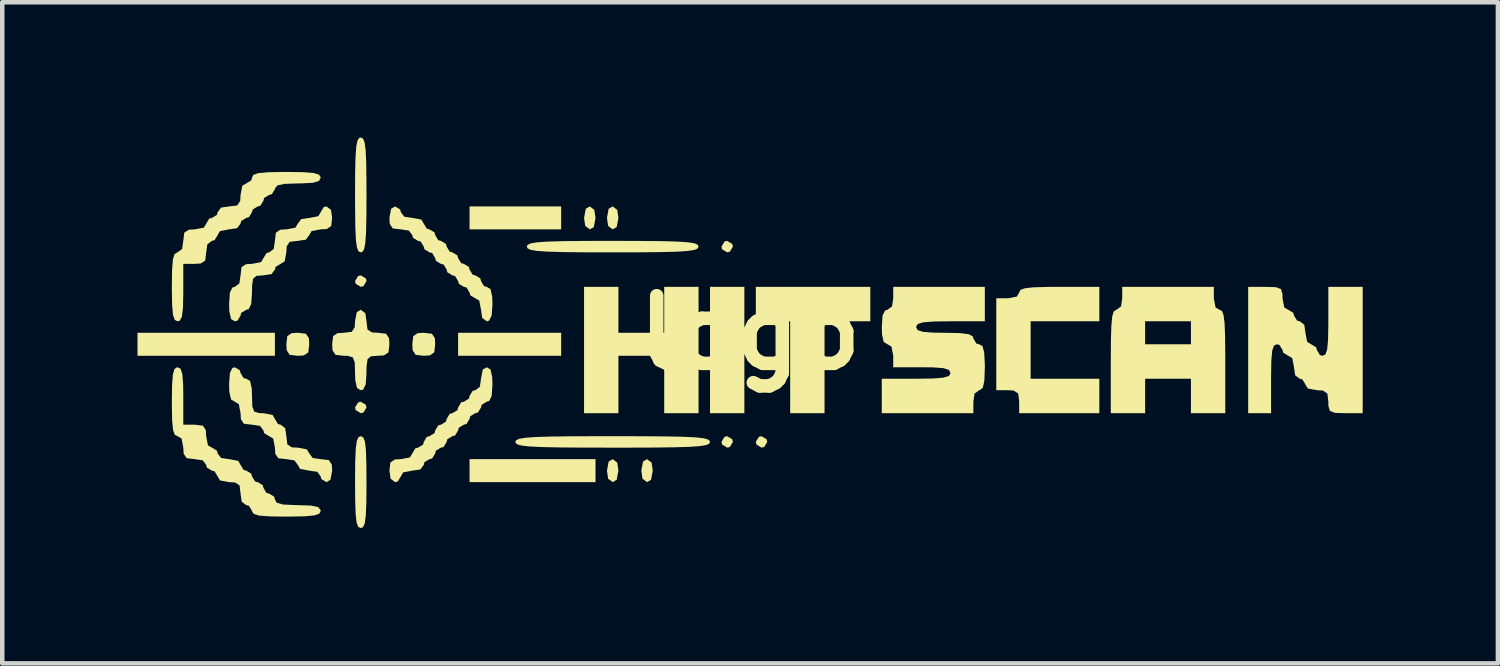
<source format=kicad_pcb>
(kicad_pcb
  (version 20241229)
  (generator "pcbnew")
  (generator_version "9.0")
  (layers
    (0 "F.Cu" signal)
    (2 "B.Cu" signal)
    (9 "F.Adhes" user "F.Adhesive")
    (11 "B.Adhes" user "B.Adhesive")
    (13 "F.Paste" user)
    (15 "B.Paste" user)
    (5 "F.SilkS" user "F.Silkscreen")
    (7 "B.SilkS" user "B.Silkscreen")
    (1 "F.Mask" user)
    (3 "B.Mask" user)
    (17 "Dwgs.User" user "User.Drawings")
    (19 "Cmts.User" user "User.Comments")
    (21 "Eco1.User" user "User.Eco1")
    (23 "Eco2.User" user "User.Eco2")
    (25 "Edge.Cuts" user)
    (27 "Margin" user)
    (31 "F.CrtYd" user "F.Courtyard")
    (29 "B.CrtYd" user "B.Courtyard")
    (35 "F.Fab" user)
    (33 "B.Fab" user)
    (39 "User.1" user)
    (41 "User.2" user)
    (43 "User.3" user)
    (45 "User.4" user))
  (footprint "logo"
    (layer "F.Cu")
    (at 13.589 4.332)
    (property "Reference" "logo" (at 0 0 0) (layer "F.SilkS") (effects (font (size 1.5 1.5) (thickness 0.3))))
    (attr board_only exclude_from_pos_files exclude_from_bom)
    (fp_poly (pts (xy -10.541 0.255) (xy -10.541 0.51) (xy -12.065 0.51) (xy -13.589 0.51) (xy -13.589 0.255) (xy -13.589 0) (xy -12.065 0) (xy -10.541 0)) (stroke (width 0) (type solid)) (fill yes) (layer "F.SilkS"))
    (fp_poly (pts (xy -8.524 -1.206) (xy -8.509 -1.147) (xy -8.577 -1.034) (xy -8.636 -1.019) (xy -8.748 -1.087) (xy -8.763 -1.147) (xy -8.695 -1.259) (xy -8.636 -1.274)) (stroke (width 0) (type solid)) (fill yes) (layer "F.SilkS"))
    (fp_poly (pts (xy -8.524 1.597) (xy -8.509 1.657) (xy -8.577 1.769) (xy -8.636 1.784) (xy -8.748 1.716) (xy -8.763 1.657) (xy -8.695 1.544) (xy -8.636 1.529)) (stroke (width 0) (type solid)) (fill yes) (layer "F.SilkS"))
    (fp_poly (pts (xy -4.191 -2.548) (xy -4.191 -2.294) (xy -5.207 -2.294) (xy -6.223 -2.294) (xy -6.223 -2.548) (xy -6.223 -2.803) (xy -5.207 -2.803) (xy -4.191 -2.803)) (stroke (width 0) (type solid)) (fill yes) (layer "F.SilkS"))
    (fp_poly (pts (xy -4.191 0.255) (xy -4.191 0.51) (xy -5.334 0.51) (xy -6.477 0.51) (xy -6.477 0.255) (xy -6.477 0) (xy -5.334 0) (xy -4.191 0)) (stroke (width 0) (type solid)) (fill yes) (layer "F.SilkS"))
    (fp_poly (pts (xy -3.455 -2.727) (xy -3.429 -2.548) (xy -3.467 -2.346) (xy -3.556 -2.294) (xy -3.657 -2.37) (xy -3.683 -2.548) (xy -3.645 -2.751) (xy -3.556 -2.803)) (stroke (width 0) (type solid)) (fill yes) (layer "F.SilkS"))
    (fp_poly (pts (xy -3.429 3.058) (xy -3.429 3.313) (xy -4.826 3.313) (xy -6.223 3.313) (xy -6.223 3.058) (xy -6.223 2.803) (xy -4.826 2.803) (xy -3.429 2.803)) (stroke (width 0) (type solid)) (fill yes) (layer "F.SilkS"))
    (fp_poly (pts (xy -2.947 -2.727) (xy -2.921 -2.548) (xy -2.959 -2.346) (xy -3.048 -2.294) (xy -3.149 -2.37) (xy -3.175 -2.548) (xy -3.137 -2.751) (xy -3.048 -2.803)) (stroke (width 0) (type solid)) (fill yes) (layer "F.SilkS"))
    (fp_poly (pts (xy -2.947 2.879) (xy -2.921 3.058) (xy -2.959 3.261) (xy -3.048 3.313) (xy -3.149 3.237) (xy -3.175 3.058) (xy -3.137 2.856) (xy -3.048 2.803)) (stroke (width 0) (type solid)) (fill yes) (layer "F.SilkS"))
    (fp_poly (pts (xy -2.185 2.879) (xy -2.159 3.058) (xy -2.197 3.261) (xy -2.286 3.313) (xy -2.387 3.237) (xy -2.413 3.058) (xy -2.375 2.856) (xy -2.286 2.803)) (stroke (width 0) (type solid)) (fill yes) (layer "F.SilkS"))
    (fp_poly (pts (xy -0.396 -1.971) (xy -0.381 -1.911) (xy -0.449 -1.799) (xy -0.508 -1.784) (xy -0.62 -1.852) (xy -0.635 -1.911) (xy -0.567 -2.024) (xy -0.508 -2.039)) (stroke (width 0) (type solid)) (fill yes) (layer "F.SilkS"))
    (fp_poly (pts (xy -0.396 2.362) (xy -0.381 2.421) (xy -0.449 2.534) (xy -0.508 2.548) (xy -0.62 2.48) (xy -0.635 2.421) (xy -0.567 2.308) (xy -0.508 2.294)) (stroke (width 0) (type solid)) (fill yes) (layer "F.SilkS"))
    (fp_poly (pts (xy -0.127 0.382) (xy -0.127 1.784) (xy -0.508 1.784) (xy -0.889 1.784) (xy -0.889 0.382) (xy -0.889 -1.019) (xy -0.508 -1.019) (xy -0.127 -1.019)) (stroke (width 0) (type solid)) (fill yes) (layer "F.SilkS"))
    (fp_poly (pts (xy 0.366 2.362) (xy 0.381 2.421) (xy 0.313 2.534) (xy 0.254 2.548) (xy 0.142 2.48) (xy 0.127 2.421) (xy 0.195 2.308) (xy 0.254 2.294)) (stroke (width 0) (type solid)) (fill yes) (layer "F.SilkS"))
    (fp_poly (pts (xy -9.853 0.021) (xy -9.787 0.12) (xy -9.779 0.255) (xy -9.8 0.435) (xy -9.899 0.502) (xy -10.033 0.51) (xy -10.213 0.489) (xy -10.279 0.389) (xy -10.287 0.255) (xy -10.266 0.074) (xy -10.167 0.008) (xy -10.033 0)) (stroke (width 0) (type solid)) (fill yes) (layer "F.SilkS"))
    (fp_poly (pts (xy -7.059 0.021) (xy -6.993 0.12) (xy -6.985 0.255) (xy -7.006 0.435) (xy -7.105 0.502) (xy -7.239 0.51) (xy -7.419 0.489) (xy -7.485 0.389) (xy -7.493 0.255) (xy -7.472 0.074) (xy -7.373 0.008) (xy -7.239 0)) (stroke (width 0) (type solid)) (fill yes) (layer "F.SilkS"))
    (fp_poly (pts (xy 2.667 -0.637) (xy 2.667 -0.255) (xy 2.159 -0.255) (xy 1.651 -0.255) (xy 1.651 0.765) (xy 1.651 1.784) (xy 1.27 1.784) (xy 0.889 1.784) (xy 0.889 0.765) (xy 0.889 -0.255) (xy 0.508 -0.255) (xy 0.127 -0.255) (xy 0.127 -0.637) (xy 0.127 -1.019) (xy 1.397 -1.019) (xy 2.667 -1.019)) (stroke (width 0) (type solid)) (fill yes) (layer "F.SilkS"))
    (fp_poly (pts (xy -8.581 2.319) (xy -8.544 2.413) (xy -8.522 2.602) (xy -8.512 2.911) (xy -8.509 3.313) (xy -8.512 3.753) (xy -8.524 4.048) (xy -8.547 4.226) (xy -8.586 4.312) (xy -8.636 4.332) (xy -8.691 4.307) (xy -8.728 4.213) (xy -8.75 4.024) (xy -8.76 3.716) (xy -8.763 3.313) (xy -8.76 2.874) (xy -8.748 2.578) (xy -8.725 2.4) (xy -8.686 2.314) (xy -8.636 2.294)) (stroke (width 0) (type solid)) (fill yes) (layer "F.SilkS"))
    (fp_poly (pts (xy -8.586 -4.309) (xy -8.551 -4.224) (xy -8.528 -4.054) (xy -8.515 -3.774) (xy -8.51 -3.361) (xy -8.509 -3.058) (xy -8.511 -2.559) (xy -8.52 -2.207) (xy -8.537 -1.977) (xy -8.565 -1.846) (xy -8.606 -1.791) (xy -8.636 -1.784) (xy -8.686 -1.807) (xy -8.721 -1.892) (xy -8.744 -2.063) (xy -8.757 -2.343) (xy -8.762 -2.755) (xy -8.763 -3.058) (xy -8.761 -3.557) (xy -8.752 -3.909) (xy -8.735 -4.139) (xy -8.707 -4.27) (xy -8.666 -4.326) (xy -8.636 -4.332)) (stroke (width 0) (type solid)) (fill yes) (layer "F.SilkS"))
    (fp_poly (pts (xy -2.921 -0.51) (xy -2.921 0) (xy -2.413 0) (xy -1.905 0) (xy -1.905 -0.51) (xy -1.905 -1.019) (xy -1.524 -1.019) (xy -1.143 -1.019) (xy -1.143 0.382) (xy -1.143 1.784) (xy -1.524 1.784) (xy -1.905 1.784) (xy -1.905 1.147) (xy -1.905 0.51) (xy -2.413 0.51) (xy -2.921 0.51) (xy -2.921 1.147) (xy -2.921 1.784) (xy -3.302 1.784) (xy -3.683 1.784) (xy -3.683 0.382) (xy -3.683 -1.019) (xy -3.302 -1.019) (xy -2.921 -1.019)) (stroke (width 0) (type solid)) (fill yes) (layer "F.SilkS"))
    (fp_poly (pts (xy -2.424 -2.037) (xy -1.95 -2.033) (xy -1.607 -2.023) (xy -1.374 -2.007) (xy -1.232 -1.984) (xy -1.161 -1.952) (xy -1.143 -1.911) (xy -1.163 -1.87) (xy -1.235 -1.838) (xy -1.38 -1.815) (xy -1.617 -1.799) (xy -1.965 -1.79) (xy -2.444 -1.785) (xy -3.048 -1.784) (xy -3.672 -1.785) (xy -4.146 -1.79) (xy -4.489 -1.8) (xy -4.722 -1.816) (xy -4.864 -1.839) (xy -4.935 -1.871) (xy -4.953 -1.911) (xy -4.933 -1.953) (xy -4.861 -1.985) (xy -4.716 -2.008) (xy -4.479 -2.023) (xy -4.131 -2.033) (xy -3.652 -2.038) (xy -3.048 -2.039)) (stroke (width 0) (type solid)) (fill yes) (layer "F.SilkS"))
    (fp_poly (pts (xy 7.747 -0.637) (xy 7.747 -0.255) (xy 6.985 -0.255) (xy 6.223 -0.255) (xy 6.223 0.382) (xy 6.223 1.019) (xy 6.985 1.019) (xy 7.747 1.019) (xy 7.747 1.402) (xy 7.747 1.784) (xy 6.858 1.784) (xy 5.969 1.784) (xy 5.969 1.529) (xy 5.948 1.349) (xy 5.849 1.282) (xy 5.715 1.274) (xy 5.461 1.274) (xy 5.461 0.255) (xy 5.461 -0.765) (xy 5.715 -0.765) (xy 5.917 -0.803) (xy 5.969 -0.892) (xy 5.996 -0.95) (xy 6.096 -0.988) (xy 6.296 -1.009) (xy 6.624 -1.018) (xy 6.858 -1.019) (xy 7.747 -1.019)) (stroke (width 0) (type solid)) (fill yes) (layer "F.SilkS"))
    (fp_poly (pts (xy -2.38 2.295) (xy -1.862 2.299) (xy -1.477 2.307) (xy -1.206 2.32) (xy -1.03 2.34) (xy -0.932 2.367) (xy -0.893 2.402) (xy -0.889 2.421) (xy -0.908 2.461) (xy -0.978 2.491) (xy -1.116 2.514) (xy -1.342 2.53) (xy -1.673 2.54) (xy -2.129 2.546) (xy -2.727 2.548) (xy -3.048 2.548) (xy -3.716 2.547) (xy -4.234 2.543) (xy -4.619 2.535) (xy -4.89 2.522) (xy -5.066 2.502) (xy -5.164 2.475) (xy -5.203 2.44) (xy -5.207 2.421) (xy -5.188 2.382) (xy -5.118 2.351) (xy -4.98 2.328) (xy -4.754 2.312) (xy -4.423 2.302) (xy -3.967 2.296) (xy -3.369 2.294) (xy -3.048 2.294)) (stroke (width 0) (type solid)) (fill yes) (layer "F.SilkS"))
    (fp_poly (pts (xy -8.535 -0.434) (xy -8.509 -0.255) (xy -8.488 -0.074) (xy -8.389 -0.008) (xy -8.255 0) (xy -8.075 0.021) (xy -8.009 0.12) (xy -8.001 0.255) (xy -8.022 0.435) (xy -8.121 0.502) (xy -8.255 0.51) (xy -8.411 0.521) (xy -8.485 0.585) (xy -8.508 0.748) (xy -8.509 0.892) (xy -8.526 1.144) (xy -8.582 1.259) (xy -8.636 1.274) (xy -8.72 1.224) (xy -8.758 1.054) (xy -8.763 0.892) (xy -8.77 0.657) (xy -8.813 0.546) (xy -8.921 0.512) (xy -9.017 0.51) (xy -9.197 0.489) (xy -9.263 0.389) (xy -9.271 0.255) (xy -9.25 0.074) (xy -9.151 0.008) (xy -9.017 0) (xy -8.837 -0.021) (xy -8.771 -0.12) (xy -8.763 -0.255) (xy -8.725 -0.457) (xy -8.636 -0.51)) (stroke (width 0) (type solid)) (fill yes) (layer "F.SilkS"))
    (fp_poly (pts (xy 10.287 -0.765) (xy 10.325 -0.562) (xy 10.414 -0.51) (xy 10.466 -0.486) (xy 10.502 -0.396) (xy 10.525 -0.218) (xy 10.537 0.075) (xy 10.541 0.507) (xy 10.541 0.637) (xy 10.541 1.784) (xy 10.16 1.784) (xy 9.779 1.784) (xy 9.779 1.402) (xy 9.779 1.019) (xy 9.271 1.019) (xy 8.763 1.019) (xy 8.763 1.402) (xy 8.763 1.784) (xy 8.382 1.784) (xy 8.001 1.784) (xy 8.001 0.637) (xy 8.004 0.167) (xy 8.009 0) (xy 8.763 0) (xy 8.763 0.255) (xy 9.271 0.255) (xy 9.779 0.255) (xy 9.779 0) (xy 9.779 -0.255) (xy 9.271 -0.255) (xy 8.763 -0.255) (xy 8.763 0) (xy 8.009 0) (xy 8.014 -0.158) (xy 8.033 -0.362) (xy 8.066 -0.471) (xy 8.114 -0.508) (xy 8.128 -0.51) (xy 8.229 -0.586) (xy 8.255 -0.765) (xy 8.255 -1.019) (xy 9.271 -1.019) (xy 10.287 -1.019)) (stroke (width 0) (type solid)) (fill yes) (layer "F.SilkS"))
    (fp_poly (pts (xy -11.318 0.833) (xy -11.303 0.892) (xy -11.235 1.005) (xy -11.176 1.019) (xy -11.092 1.069) (xy -11.054 1.24) (xy -11.049 1.402) (xy -11.042 1.637) (xy -10.999 1.748) (xy -10.891 1.782) (xy -10.795 1.784) (xy -10.593 1.822) (xy -10.541 1.911) (xy -10.473 2.024) (xy -10.414 2.039) (xy -10.313 2.115) (xy -10.287 2.294) (xy -10.266 2.474) (xy -10.167 2.541) (xy -10.033 2.548) (xy -9.831 2.586) (xy -9.779 2.676) (xy -9.703 2.777) (xy -9.525 2.803) (xy -9.345 2.824) (xy -9.279 2.924) (xy -9.271 3.058) (xy -9.309 3.261) (xy -9.398 3.313) (xy -9.51 3.245) (xy -9.525 3.186) (xy -9.601 3.084) (xy -9.779 3.058) (xy -9.981 3.02) (xy -10.033 2.931) (xy -10.109 2.83) (xy -10.287 2.803) (xy -10.467 2.782) (xy -10.533 2.683) (xy -10.541 2.548) (xy -10.579 2.346) (xy -10.668 2.294) (xy -10.78 2.226) (xy -10.795 2.166) (xy -10.871 2.065) (xy -11.049 2.039) (xy -11.229 2.018) (xy -11.295 1.918) (xy -11.303 1.784) (xy -11.341 1.582) (xy -11.43 1.529) (xy -11.514 1.479) (xy -11.552 1.309) (xy -11.557 1.147) (xy -11.54 0.895) (xy -11.484 0.78) (xy -11.43 0.765)) (stroke (width 0) (type solid)) (fill yes) (layer "F.SilkS"))
    (fp_poly (pts (xy -9.297 -2.727) (xy -9.271 -2.548) (xy -9.292 -2.368) (xy -9.391 -2.301) (xy -9.525 -2.294) (xy -9.727 -2.256) (xy -9.779 -2.166) (xy -9.855 -2.065) (xy -10.033 -2.039) (xy -10.213 -2.018) (xy -10.279 -1.918) (xy -10.287 -1.784) (xy -10.325 -1.582) (xy -10.414 -1.529) (xy -10.526 -1.461) (xy -10.541 -1.402) (xy -10.617 -1.301) (xy -10.795 -1.274) (xy -10.951 -1.263) (xy -11.025 -1.199) (xy -11.048 -1.036) (xy -11.049 -0.892) (xy -11.066 -0.64) (xy -11.122 -0.525) (xy -11.176 -0.51) (xy -11.288 -0.442) (xy -11.303 -0.382) (xy -11.371 -0.27) (xy -11.43 -0.255) (xy -11.514 -0.305) (xy -11.552 -0.475) (xy -11.557 -0.637) (xy -11.54 -0.889) (xy -11.484 -1.004) (xy -11.43 -1.019) (xy -11.329 -1.095) (xy -11.303 -1.274) (xy -11.282 -1.455) (xy -11.183 -1.521) (xy -11.049 -1.529) (xy -10.847 -1.567) (xy -10.795 -1.657) (xy -10.727 -1.769) (xy -10.668 -1.784) (xy -10.567 -1.86) (xy -10.541 -2.039) (xy -10.52 -2.219) (xy -10.421 -2.286) (xy -10.287 -2.294) (xy -10.085 -2.332) (xy -10.033 -2.421) (xy -9.957 -2.522) (xy -9.779 -2.548) (xy -9.577 -2.586) (xy -9.525 -2.676) (xy -9.457 -2.789) (xy -9.398 -2.803)) (stroke (width 0) (type solid)) (fill yes) (layer "F.SilkS"))
    (fp_poly (pts (xy 5.207 -0.637) (xy 5.207 -0.255) (xy 4.445 -0.255) (xy 4.073 -0.25) (xy 3.842 -0.232) (xy 3.721 -0.196) (xy 3.683 -0.137) (xy 3.683 -0.127) (xy 3.716 -0.06) (xy 3.836 -0.021) (xy 4.074 -0.003) (xy 4.318 0) (xy 4.653 0.007) (xy 4.85 0.031) (xy 4.938 0.079) (xy 4.953 0.127) (xy 5.021 0.24) (xy 5.08 0.255) (xy 5.154 0.294) (xy 5.193 0.433) (xy 5.207 0.703) (xy 5.207 0.765) (xy 5.197 1.061) (xy 5.163 1.219) (xy 5.095 1.273) (xy 5.08 1.274) (xy 4.979 1.35) (xy 4.953 1.529) (xy 4.953 1.784) (xy 3.937 1.784) (xy 2.921 1.784) (xy 2.921 1.402) (xy 2.921 1.019) (xy 3.683 1.019) (xy 4.055 1.014) (xy 4.286 0.996) (xy 4.407 0.96) (xy 4.445 0.901) (xy 4.445 0.892) (xy 4.412 0.825) (xy 4.292 0.785) (xy 4.054 0.767) (xy 3.81 0.765) (xy 3.175 0.765) (xy 3.175 0.51) (xy 3.137 0.307) (xy 3.048 0.255) (xy 2.964 0.205) (xy 2.926 0.035) (xy 2.921 -0.127) (xy 2.938 -0.379) (xy 2.994 -0.494) (xy 3.048 -0.51) (xy 3.149 -0.586) (xy 3.175 -0.765) (xy 3.175 -1.019) (xy 4.191 -1.019) (xy 5.207 -1.019)) (stroke (width 0) (type solid)) (fill yes) (layer "F.SilkS"))
    (fp_poly (pts (xy 11.664 -1.012) (xy 11.775 -0.969) (xy 11.809 -0.861) (xy 11.811 -0.765) (xy 11.849 -0.562) (xy 11.938 -0.51) (xy 12.05 -0.442) (xy 12.065 -0.382) (xy 12.133 -0.27) (xy 12.192 -0.255) (xy 12.293 -0.179) (xy 12.319 0) (xy 12.357 0.202) (xy 12.446 0.255) (xy 12.558 0.323) (xy 12.573 0.382) (xy 12.641 0.495) (xy 12.7 0.51) (xy 12.762 0.48) (xy 12.801 0.371) (xy 12.821 0.154) (xy 12.827 -0.199) (xy 12.827 -0.255) (xy 12.827 -1.019) (xy 13.208 -1.019) (xy 13.589 -1.019) (xy 13.589 0.382) (xy 13.589 1.784) (xy 13.208 1.784) (xy 12.974 1.777) (xy 12.863 1.734) (xy 12.829 1.625) (xy 12.827 1.529) (xy 12.806 1.349) (xy 12.707 1.282) (xy 12.573 1.274) (xy 12.371 1.236) (xy 12.319 1.147) (xy 12.251 1.034) (xy 12.192 1.019) (xy 12.091 0.943) (xy 12.065 0.765) (xy 12.027 0.562) (xy 11.938 0.51) (xy 11.826 0.442) (xy 11.811 0.382) (xy 11.743 0.27) (xy 11.684 0.255) (xy 11.622 0.285) (xy 11.583 0.393) (xy 11.563 0.61) (xy 11.557 0.964) (xy 11.557 1.019) (xy 11.557 1.784) (xy 11.303 1.784) (xy 11.049 1.784) (xy 11.049 0.382) (xy 11.049 -1.019) (xy 11.43 -1.019)) (stroke (width 0) (type solid)) (fill yes) (layer "F.SilkS"))
    (fp_poly (pts (xy -7.762 -2.735) (xy -7.747 -2.676) (xy -7.671 -2.575) (xy -7.493 -2.548) (xy -7.291 -2.511) (xy -7.239 -2.421) (xy -7.171 -2.308) (xy -7.112 -2.294) (xy -7 -2.226) (xy -6.985 -2.166) (xy -6.917 -2.054) (xy -6.858 -2.039) (xy -6.746 -1.971) (xy -6.731 -1.911) (xy -6.663 -1.799) (xy -6.604 -1.784) (xy -6.492 -1.716) (xy -6.477 -1.657) (xy -6.409 -1.544) (xy -6.35 -1.529) (xy -6.238 -1.461) (xy -6.223 -1.402) (xy -6.155 -1.289) (xy -6.096 -1.274) (xy -5.984 -1.206) (xy -5.969 -1.147) (xy -5.901 -1.034) (xy -5.842 -1.019) (xy -5.758 -0.969) (xy -5.72 -0.799) (xy -5.715 -0.637) (xy -5.732 -0.385) (xy -5.788 -0.27) (xy -5.842 -0.255) (xy -5.943 -0.331) (xy -5.969 -0.51) (xy -6.007 -0.712) (xy -6.096 -0.765) (xy -6.208 -0.833) (xy -6.223 -0.892) (xy -6.291 -1.005) (xy -6.35 -1.019) (xy -6.462 -1.087) (xy -6.477 -1.147) (xy -6.545 -1.259) (xy -6.604 -1.274) (xy -6.716 -1.342) (xy -6.731 -1.402) (xy -6.799 -1.514) (xy -6.858 -1.529) (xy -6.97 -1.597) (xy -6.985 -1.657) (xy -7.053 -1.769) (xy -7.112 -1.784) (xy -7.224 -1.852) (xy -7.239 -1.911) (xy -7.307 -2.024) (xy -7.366 -2.039) (xy -7.478 -2.107) (xy -7.493 -2.166) (xy -7.569 -2.267) (xy -7.747 -2.294) (xy -7.927 -2.315) (xy -7.993 -2.414) (xy -8.001 -2.548) (xy -7.963 -2.751) (xy -7.874 -2.803)) (stroke (width 0) (type solid)) (fill yes) (layer "F.SilkS"))
    (fp_poly (pts (xy -5.758 0.815) (xy -5.72 0.985) (xy -5.715 1.147) (xy -5.732 1.399) (xy -5.788 1.514) (xy -5.842 1.529) (xy -5.954 1.597) (xy -5.969 1.657) (xy -6.037 1.769) (xy -6.096 1.784) (xy -6.208 1.852) (xy -6.223 1.911) (xy -6.291 2.024) (xy -6.35 2.039) (xy -6.462 2.107) (xy -6.477 2.166) (xy -6.545 2.279) (xy -6.604 2.294) (xy -6.716 2.362) (xy -6.731 2.421) (xy -6.799 2.534) (xy -6.858 2.548) (xy -6.97 2.616) (xy -6.985 2.676) (xy -7.053 2.789) (xy -7.112 2.803) (xy -7.224 2.871) (xy -7.239 2.931) (xy -7.315 3.032) (xy -7.493 3.058) (xy -7.695 3.096) (xy -7.747 3.186) (xy -7.815 3.298) (xy -7.874 3.313) (xy -7.975 3.237) (xy -8.001 3.058) (xy -7.98 2.878) (xy -7.881 2.811) (xy -7.747 2.803) (xy -7.545 2.765) (xy -7.493 2.676) (xy -7.425 2.563) (xy -7.366 2.548) (xy -7.254 2.48) (xy -7.239 2.421) (xy -7.171 2.308) (xy -7.112 2.294) (xy -7 2.226) (xy -6.985 2.166) (xy -6.917 2.054) (xy -6.858 2.039) (xy -6.746 1.971) (xy -6.731 1.911) (xy -6.663 1.799) (xy -6.604 1.784) (xy -6.492 1.716) (xy -6.477 1.657) (xy -6.409 1.544) (xy -6.35 1.529) (xy -6.238 1.461) (xy -6.223 1.402) (xy -6.155 1.289) (xy -6.096 1.274) (xy -5.995 1.198) (xy -5.969 1.019) (xy -5.931 0.817) (xy -5.842 0.765)) (stroke (width 0) (type solid)) (fill yes) (layer "F.SilkS"))
    (fp_poly (pts (xy -12.633 0.798) (xy -12.594 0.919) (xy -12.576 1.157) (xy -12.573 1.402) (xy -12.573 2.039) (xy -12.319 2.039) (xy -12.139 2.06) (xy -12.073 2.159) (xy -12.065 2.294) (xy -12.027 2.496) (xy -11.938 2.548) (xy -11.826 2.616) (xy -11.811 2.676) (xy -11.735 2.777) (xy -11.557 2.803) (xy -11.355 2.841) (xy -11.303 2.931) (xy -11.235 3.043) (xy -11.176 3.058) (xy -11.064 3.126) (xy -11.049 3.186) (xy -10.981 3.298) (xy -10.922 3.313) (xy -10.81 3.381) (xy -10.795 3.44) (xy -10.727 3.553) (xy -10.668 3.568) (xy -10.556 3.636) (xy -10.541 3.695) (xy -10.502 3.769) (xy -10.364 3.809) (xy -10.094 3.822) (xy -10.033 3.823) (xy -9.738 3.833) (xy -9.58 3.867) (xy -9.526 3.935) (xy -9.525 3.95) (xy -9.555 4.012) (xy -9.663 4.051) (xy -9.879 4.071) (xy -10.232 4.078) (xy -10.287 4.078) (xy -10.659 4.073) (xy -10.89 4.055) (xy -11.011 4.018) (xy -11.049 3.959) (xy -11.049 3.95) (xy -11.117 3.838) (xy -11.176 3.823) (xy -11.277 3.747) (xy -11.303 3.568) (xy -11.324 3.387) (xy -11.423 3.321) (xy -11.557 3.313) (xy -11.759 3.275) (xy -11.811 3.186) (xy -11.879 3.073) (xy -11.938 3.058) (xy -12.05 2.99) (xy -12.065 2.931) (xy -12.141 2.83) (xy -12.319 2.803) (xy -12.499 2.782) (xy -12.565 2.683) (xy -12.573 2.548) (xy -12.611 2.346) (xy -12.7 2.294) (xy -12.762 2.264) (xy -12.801 2.155) (xy -12.821 1.938) (xy -12.827 1.585) (xy -12.827 1.529) (xy -12.822 1.156) (xy -12.804 0.924) (xy -12.768 0.803) (xy -12.709 0.765) (xy -12.7 0.765)) (stroke (width 0) (type solid)) (fill yes) (layer "F.SilkS"))
    (fp_poly (pts (xy -9.915 -3.563) (xy -9.684 -3.545) (xy -9.563 -3.509) (xy -9.525 -3.45) (xy -9.525 -3.44) (xy -9.564 -3.366) (xy -9.702 -3.327) (xy -9.972 -3.313) (xy -10.033 -3.313) (xy -10.328 -3.303) (xy -10.486 -3.269) (xy -10.54 -3.201) (xy -10.541 -3.186) (xy -10.609 -3.073) (xy -10.668 -3.058) (xy -10.78 -2.99) (xy -10.795 -2.931) (xy -10.863 -2.818) (xy -10.922 -2.803) (xy -11.034 -2.735) (xy -11.049 -2.676) (xy -11.117 -2.563) (xy -11.176 -2.548) (xy -11.288 -2.48) (xy -11.303 -2.421) (xy -11.379 -2.32) (xy -11.557 -2.294) (xy -11.759 -2.256) (xy -11.811 -2.166) (xy -11.879 -2.054) (xy -11.938 -2.039) (xy -12.039 -1.963) (xy -12.065 -1.784) (xy -12.086 -1.603) (xy -12.185 -1.537) (xy -12.319 -1.529) (xy -12.573 -1.529) (xy -12.573 -0.892) (xy -12.58 -0.556) (xy -12.604 -0.359) (xy -12.651 -0.269) (xy -12.7 -0.255) (xy -12.762 -0.285) (xy -12.801 -0.393) (xy -12.821 -0.61) (xy -12.827 -0.964) (xy -12.827 -1.019) (xy -12.822 -1.392) (xy -12.804 -1.625) (xy -12.768 -1.745) (xy -12.709 -1.784) (xy -12.7 -1.784) (xy -12.599 -1.86) (xy -12.573 -2.039) (xy -12.552 -2.219) (xy -12.453 -2.286) (xy -12.319 -2.294) (xy -12.117 -2.332) (xy -12.065 -2.421) (xy -11.997 -2.534) (xy -11.938 -2.548) (xy -11.826 -2.616) (xy -11.811 -2.676) (xy -11.735 -2.777) (xy -11.557 -2.803) (xy -11.377 -2.824) (xy -11.311 -2.924) (xy -11.303 -3.058) (xy -11.265 -3.261) (xy -11.176 -3.313) (xy -11.064 -3.381) (xy -11.049 -3.44) (xy -11.019 -3.503) (xy -10.911 -3.541) (xy -10.695 -3.561) (xy -10.342 -3.568) (xy -10.287 -3.568)) (stroke (width 0) (type solid)) (fill yes) (layer "F.SilkS")))
  (gr_rect
    (start -3 -3)
    (end 30.178 11.665)
    (stroke (width 0.1) (type default))
    (fill no)
    (layer "Edge.Cuts")))
</source>
